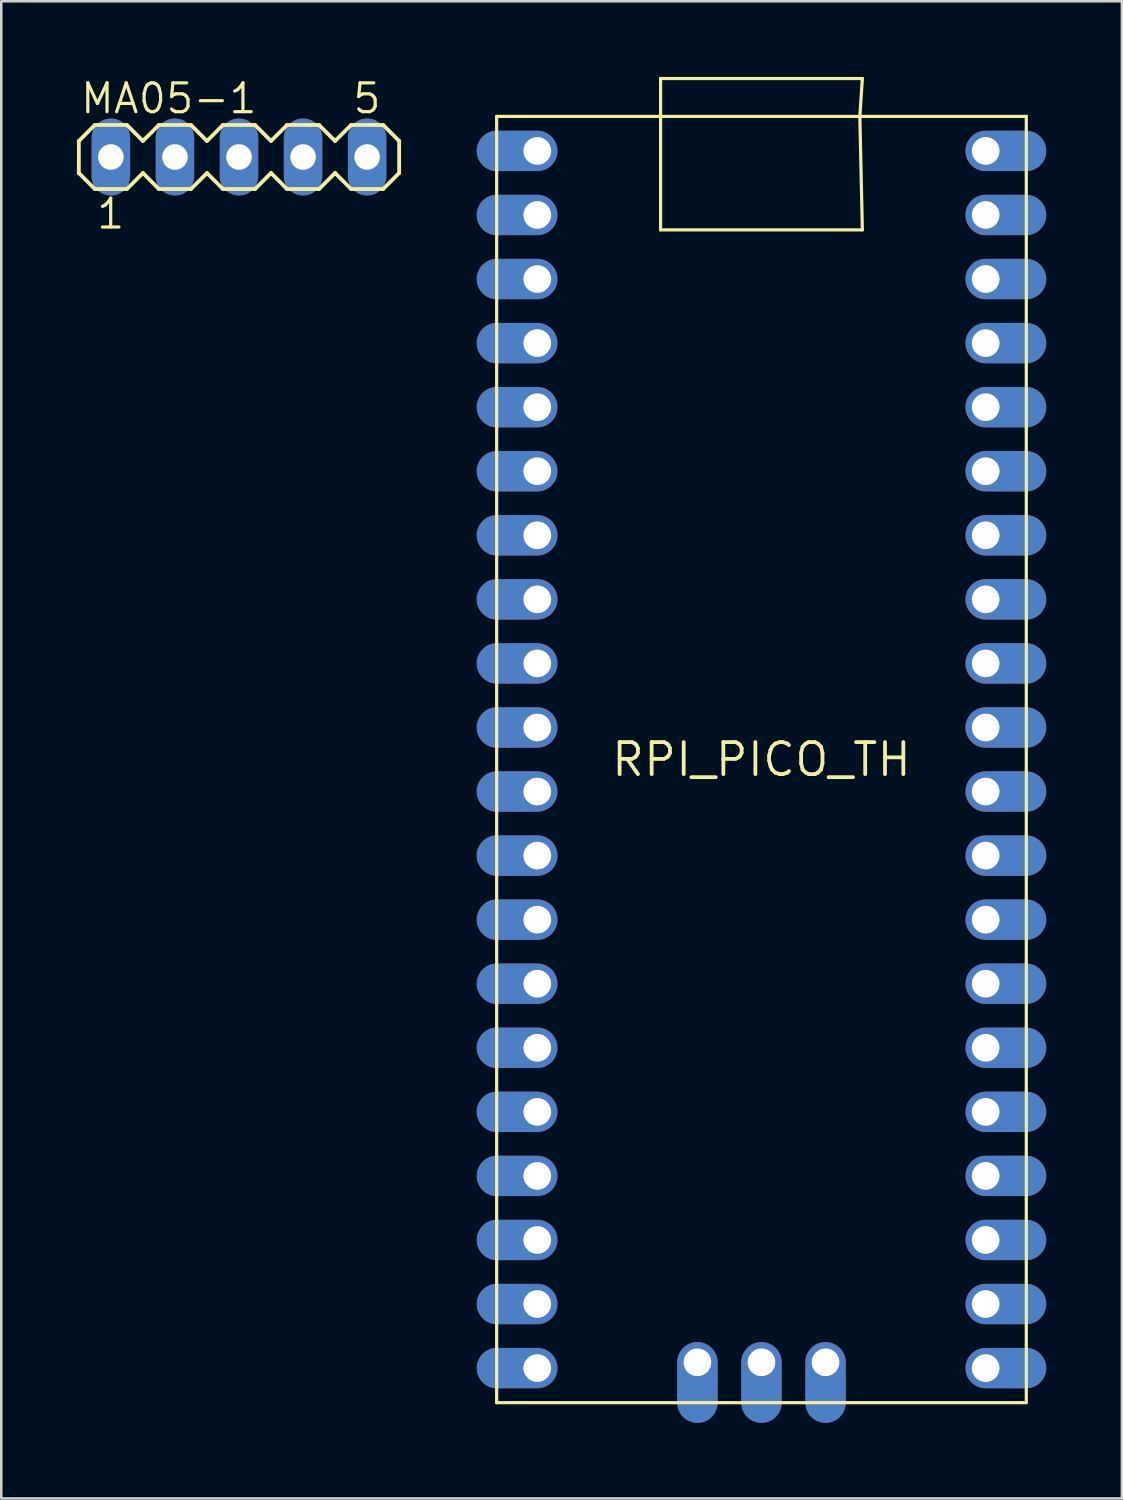
<source format=kicad_pcb>
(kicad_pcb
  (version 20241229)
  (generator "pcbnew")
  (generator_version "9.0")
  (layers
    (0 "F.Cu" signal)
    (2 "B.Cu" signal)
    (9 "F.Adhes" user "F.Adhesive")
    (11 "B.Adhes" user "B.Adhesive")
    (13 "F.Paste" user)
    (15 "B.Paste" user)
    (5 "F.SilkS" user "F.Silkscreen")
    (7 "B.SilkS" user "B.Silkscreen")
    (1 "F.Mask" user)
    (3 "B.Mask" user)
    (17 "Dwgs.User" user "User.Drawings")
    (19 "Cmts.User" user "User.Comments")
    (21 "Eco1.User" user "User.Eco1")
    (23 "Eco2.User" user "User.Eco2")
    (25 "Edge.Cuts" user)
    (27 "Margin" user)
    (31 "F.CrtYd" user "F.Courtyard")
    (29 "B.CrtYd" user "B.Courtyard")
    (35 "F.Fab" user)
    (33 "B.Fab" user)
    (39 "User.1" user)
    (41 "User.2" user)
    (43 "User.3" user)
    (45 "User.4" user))
  (footprint "RPI_PICO_TH"
    (layer "F.Cu")
    (at 27.142 27.064)
    (property "Reference" "RPI_PICO_TH" (at 0 0 0) (layer "F.SilkS") (effects (font (size 1.27 1.27) (thickness 0.15))))
    (fp_line (start -10.5 -25.5) (end -4 -25.5) (stroke (width 0.127) (type solid)) (layer "F.SilkS"))
    (fp_line (start -10.5 25.5) (end -10.5 -25.5) (stroke (width 0.127) (type solid)) (layer "F.SilkS"))
    (fp_line (start -4 -27) (end 4 -27) (stroke (width 0.127) (type solid)) (layer "F.SilkS"))
    (fp_line (start -4 -25.5) (end -4 -27) (stroke (width 0.127) (type solid)) (layer "F.SilkS"))
    (fp_line (start -4 -25.5) (end -4 -21) (stroke (width 0.127) (type solid)) (layer "F.SilkS"))
    (fp_line (start -4 -25.5) (end 3.9 -25.5) (stroke (width 0.127) (type solid)) (layer "F.SilkS"))
    (fp_line (start -4 -21) (end 4 -21) (stroke (width 0.127) (type solid)) (layer "F.SilkS"))
    (fp_line (start 3.9 -25.5) (end 10.5 -25.5) (stroke (width 0.127) (type solid)) (layer "F.SilkS"))
    (fp_line (start 4 -27) (end 3.9 -25.5) (stroke (width 0.127) (type solid)) (layer "F.SilkS"))
    (fp_line (start 4 -21) (end 3.9 -25.5) (stroke (width 0.127) (type solid)) (layer "F.SilkS"))
    (fp_line (start 10.5 -25.5) (end 10.5 25.5) (stroke (width 0.127) (type solid)) (layer "F.SilkS"))
    (fp_line (start 10.5 25.5) (end -10.5 25.5) (stroke (width 0.127) (type solid)) (layer "F.SilkS"))
    (pad "3V3" thru_hole oval (at 8.89 -13.97) (size 3.2 1.6) (drill 1.1 (offset 0.8 0)) (layers "*.Cu" "*.Mask"))
    (pad "3V3_EN" thru_hole oval (at 8.89 -16.51) (size 3.2 1.6) (drill 1.1 (offset 0.8 0)) (layers "*.Cu" "*.Mask"))
    (pad "ADC_VREF" thru_hole oval (at 8.89 -11.43) (size 3.2 1.6) (drill 1.1 (offset 0.8 0)) (layers "*.Cu" "*.Mask"))
    (pad "AGND" thru_hole oval (at 8.89 -6.35) (size 3.2 1.6) (drill 1.1 (offset 0.8 0)) (layers "*.Cu" "*.Mask"))
    (pad "GND@1" thru_hole oval (at -8.89 -19.05 180) (size 3.2 1.6) (drill 1.1 (offset 0.8 0)) (layers "*.Cu" "*.Mask"))
    (pad "GND@2" thru_hole oval (at -8.89 -6.35 180) (size 3.2 1.6) (drill 1.1 (offset 0.8 0)) (layers "*.Cu" "*.Mask"))
    (pad "GND@3" thru_hole oval (at -8.89 6.35 180) (size 3.2 1.6) (drill 1.1 (offset 0.8 0)) (layers "*.Cu" "*.Mask"))
    (pad "GND@4" thru_hole oval (at -8.89 19.05 180) (size 3.2 1.6) (drill 1.1 (offset 0.8 0)) (layers "*.Cu" "*.Mask"))
    (pad "GND@5" thru_hole oval (at 0 23.9 270) (size 3.2 1.6) (drill 1.1 (offset 0.8 0)) (layers "*.Cu" "*.Mask"))
    (pad "GND@6" thru_hole oval (at 8.89 19.05) (size 3.2 1.6) (drill 1.1 (offset 0.8 0)) (layers "*.Cu" "*.Mask"))
    (pad "GND@7" thru_hole oval (at 8.89 6.35) (size 3.2 1.6) (drill 1.1 (offset 0.8 0)) (layers "*.Cu" "*.Mask"))
    (pad "GND@8" thru_hole oval (at 8.89 -19.05) (size 3.2 1.6) (drill 1.1 (offset 0.8 0)) (layers "*.Cu" "*.Mask"))
    (pad "GP0" thru_hole oval (at -8.89 -24.13 180) (size 3.2 1.6) (drill 1.1 (offset 0.8 0)) (layers "*.Cu" "*.Mask"))
    (pad "GP1" thru_hole oval (at -8.89 -21.59 180) (size 3.2 1.6) (drill 1.1 (offset 0.8 0)) (layers "*.Cu" "*.Mask"))
    (pad "GP2" thru_hole oval (at -8.89 -16.51 180) (size 3.2 1.6) (drill 1.1 (offset 0.8 0)) (layers "*.Cu" "*.Mask"))
    (pad "GP3" thru_hole oval (at -8.89 -13.97 180) (size 3.2 1.6) (drill 1.1 (offset 0.8 0)) (layers "*.Cu" "*.Mask"))
    (pad "GP4" thru_hole oval (at -8.89 -11.43 180) (size 3.2 1.6) (drill 1.1 (offset 0.8 0)) (layers "*.Cu" "*.Mask"))
    (pad "GP5" thru_hole oval (at -8.89 -8.89 180) (size 3.2 1.6) (drill 1.1 (offset 0.8 0)) (layers "*.Cu" "*.Mask"))
    (pad "GP6" thru_hole oval (at -8.89 -3.81 180) (size 3.2 1.6) (drill 1.1 (offset 0.8 0)) (layers "*.Cu" "*.Mask"))
    (pad "GP7" thru_hole oval (at -8.89 -1.27 180) (size 3.2 1.6) (drill 1.1 (offset 0.8 0)) (layers "*.Cu" "*.Mask"))
    (pad "GP8" thru_hole oval (at -8.89 1.27 180) (size 3.2 1.6) (drill 1.1 (offset 0.8 0)) (layers "*.Cu" "*.Mask"))
    (pad "GP9" thru_hole oval (at -8.89 3.81 180) (size 3.2 1.6) (drill 1.1 (offset 0.8 0)) (layers "*.Cu" "*.Mask"))
    (pad "GP10" thru_hole oval (at -8.89 8.89 180) (size 3.2 1.6) (drill 1.1 (offset 0.8 0)) (layers "*.Cu" "*.Mask"))
    (pad "GP11" thru_hole oval (at -8.89 11.43 180) (size 3.2 1.6) (drill 1.1 (offset 0.8 0)) (layers "*.Cu" "*.Mask"))
    (pad "GP12" thru_hole oval (at -8.89 13.97 180) (size 3.2 1.6) (drill 1.1 (offset 0.8 0)) (layers "*.Cu" "*.Mask"))
    (pad "GP13" thru_hole oval (at -8.89 16.51 180) (size 3.2 1.6) (drill 1.1 (offset 0.8 0)) (layers "*.Cu" "*.Mask"))
    (pad "GP14" thru_hole oval (at -8.89 21.59 180) (size 3.2 1.6) (drill 1.1 (offset 0.8 0)) (layers "*.Cu" "*.Mask"))
    (pad "GP15" thru_hole oval (at -8.89 24.13 180) (size 3.2 1.6) (drill 1.1 (offset 0.8 0)) (layers "*.Cu" "*.Mask"))
    (pad "GP16" thru_hole oval (at 8.89 24.13) (size 3.2 1.6) (drill 1.1 (offset 0.8 0)) (layers "*.Cu" "*.Mask"))
    (pad "GP17" thru_hole oval (at 8.89 21.59) (size 3.2 1.6) (drill 1.1 (offset 0.8 0)) (layers "*.Cu" "*.Mask"))
    (pad "GP18" thru_hole oval (at 8.89 16.51) (size 3.2 1.6) (drill 1.1 (offset 0.8 0)) (layers "*.Cu" "*.Mask"))
    (pad "GP19" thru_hole oval (at 8.89 13.97) (size 3.2 1.6) (drill 1.1 (offset 0.8 0)) (layers "*.Cu" "*.Mask"))
    (pad "GP20" thru_hole oval (at 8.89 11.43) (size 3.2 1.6) (drill 1.1 (offset 0.8 0)) (layers "*.Cu" "*.Mask"))
    (pad "GP21" thru_hole oval (at 8.89 8.89) (size 3.2 1.6) (drill 1.1 (offset 0.8 0)) (layers "*.Cu" "*.Mask"))
    (pad "GP22" thru_hole oval (at 8.89 3.81) (size 3.2 1.6) (drill 1.1 (offset 0.8 0)) (layers "*.Cu" "*.Mask"))
    (pad "GP26_A0" thru_hole oval (at 8.89 -1.27) (size 3.2 1.6) (drill 1.1 (offset 0.8 0)) (layers "*.Cu" "*.Mask"))
    (pad "GP27_A1" thru_hole oval (at 8.89 -3.81) (size 3.2 1.6) (drill 1.1 (offset 0.8 0)) (layers "*.Cu" "*.Mask"))
    (pad "GP28_A2" thru_hole oval (at 8.89 -8.89) (size 3.2 1.6) (drill 1.1 (offset 0.8 0)) (layers "*.Cu" "*.Mask"))
    (pad "RUN" thru_hole oval (at 8.89 1.27) (size 3.2 1.6) (drill 1.1 (offset 0.8 0)) (layers "*.Cu" "*.Mask"))
    (pad "SWCLK" thru_hole oval (at -2.54 23.9 270) (size 3.2 1.6) (drill 1.1 (offset 0.8 0)) (layers "*.Cu" "*.Mask"))
    (pad "SWDIO" thru_hole oval (at 2.54 23.9 270) (size 3.2 1.6) (drill 1.1 (offset 0.8 0)) (layers "*.Cu" "*.Mask"))
    (pad "VBUS" thru_hole oval (at 8.89 -24.13) (size 3.2 1.6) (drill 1.1 (offset 0.8 0)) (layers "*.Cu" "*.Mask"))
    (pad "VSYS" thru_hole oval (at 8.89 -21.59) (size 3.2 1.6) (drill 1.1 (offset 0.8 0)) (layers "*.Cu" "*.Mask")))
  (footprint "MA05-1"
    (layer "F.Cu")
    (at 6.426 3.175)
    (property "Reference" "MA05-1" (at -6.35 -1.651 0) (layer "F.SilkS") (effects (font (size 1.143 1.143) (thickness 0.127)) (justify left bottom)))
    (fp_line (start -6.35 -0.635) (end -6.35 0.635) (stroke (width 0.152) (type solid)) (layer "F.SilkS"))
    (fp_line (start -6.35 0.635) (end -5.715 1.27) (stroke (width 0.152) (type solid)) (layer "F.SilkS"))
    (fp_line (start -5.715 -1.27) (end -6.35 -0.635) (stroke (width 0.152) (type solid)) (layer "F.SilkS"))
    (fp_line (start -5.715 -1.27) (end -4.445 -1.27) (stroke (width 0.152) (type solid)) (layer "F.SilkS"))
    (fp_line (start -4.445 -1.27) (end -3.81 -0.635) (stroke (width 0.152) (type solid)) (layer "F.SilkS"))
    (fp_line (start -4.445 1.27) (end -5.715 1.27) (stroke (width 0.152) (type solid)) (layer "F.SilkS"))
    (fp_line (start -3.81 -0.635) (end -3.175 -1.27) (stroke (width 0.152) (type solid)) (layer "F.SilkS"))
    (fp_line (start -3.81 0.635) (end -4.445 1.27) (stroke (width 0.152) (type solid)) (layer "F.SilkS"))
    (fp_line (start -3.175 -1.27) (end -1.905 -1.27) (stroke (width 0.152) (type solid)) (layer "F.SilkS"))
    (fp_line (start -3.175 1.27) (end -3.81 0.635) (stroke (width 0.152) (type solid)) (layer "F.SilkS"))
    (fp_line (start -1.905 -1.27) (end -1.27 -0.635) (stroke (width 0.152) (type solid)) (layer "F.SilkS"))
    (fp_line (start -1.905 1.27) (end -3.175 1.27) (stroke (width 0.152) (type solid)) (layer "F.SilkS"))
    (fp_line (start -1.27 -0.635) (end -0.635 -1.27) (stroke (width 0.152) (type solid)) (layer "F.SilkS"))
    (fp_line (start -1.27 0.635) (end -1.905 1.27) (stroke (width 0.152) (type solid)) (layer "F.SilkS"))
    (fp_line (start -0.635 -1.27) (end 0.635 -1.27) (stroke (width 0.152) (type solid)) (layer "F.SilkS"))
    (fp_line (start -0.635 1.27) (end -1.27 0.635) (stroke (width 0.152) (type solid)) (layer "F.SilkS"))
    (fp_line (start 0.635 -1.27) (end 1.27 -0.635) (stroke (width 0.152) (type solid)) (layer "F.SilkS"))
    (fp_line (start 0.635 1.27) (end -0.635 1.27) (stroke (width 0.152) (type solid)) (layer "F.SilkS"))
    (fp_line (start 1.27 0.635) (end 0.635 1.27) (stroke (width 0.152) (type solid)) (layer "F.SilkS"))
    (fp_line (start 1.27 0.635) (end 1.905 1.27) (stroke (width 0.152) (type solid)) (layer "F.SilkS"))
    (fp_line (start 1.905 -1.27) (end 1.27 -0.635) (stroke (width 0.152) (type solid)) (layer "F.SilkS"))
    (fp_line (start 1.905 -1.27) (end 3.175 -1.27) (stroke (width 0.152) (type solid)) (layer "F.SilkS"))
    (fp_line (start 3.175 -1.27) (end 3.81 -0.635) (stroke (width 0.152) (type solid)) (layer "F.SilkS"))
    (fp_line (start 3.175 1.27) (end 1.905 1.27) (stroke (width 0.152) (type solid)) (layer "F.SilkS"))
    (fp_line (start 3.81 -0.635) (end 4.445 -1.27) (stroke (width 0.152) (type solid)) (layer "F.SilkS"))
    (fp_line (start 3.81 0.635) (end 3.175 1.27) (stroke (width 0.152) (type solid)) (layer "F.SilkS"))
    (fp_line (start 4.445 -1.27) (end 5.715 -1.27) (stroke (width 0.152) (type solid)) (layer "F.SilkS"))
    (fp_line (start 4.445 1.27) (end 3.81 0.635) (stroke (width 0.152) (type solid)) (layer "F.SilkS"))
    (fp_line (start 5.715 -1.27) (end 6.35 -0.635) (stroke (width 0.152) (type solid)) (layer "F.SilkS"))
    (fp_line (start 5.715 1.27) (end 4.445 1.27) (stroke (width 0.152) (type solid)) (layer "F.SilkS"))
    (fp_line (start 6.35 -0.635) (end 6.35 0.635) (stroke (width 0.152) (type solid)) (layer "F.SilkS"))
    (fp_line (start 6.35 0.635) (end 5.715 1.27) (stroke (width 0.152) (type solid)) (layer "F.SilkS"))
    (fp_poly (pts (xy -5.334 0.254) (xy -4.826 0.254) (xy -4.826 -0.254) (xy -5.334 -0.254)) (stroke (width 0.1) (type default)) (fill no) (layer "F.Fab"))
    (fp_poly (pts (xy -2.794 0.254) (xy -2.286 0.254) (xy -2.286 -0.254) (xy -2.794 -0.254)) (stroke (width 0.1) (type default)) (fill no) (layer "F.Fab"))
    (fp_poly (pts (xy -0.254 0.254) (xy 0.254 0.254) (xy 0.254 -0.254) (xy -0.254 -0.254)) (stroke (width 0.1) (type default)) (fill no) (layer "F.Fab"))
    (fp_poly (pts (xy 2.286 0.254) (xy 2.794 0.254) (xy 2.794 -0.254) (xy 2.286 -0.254)) (stroke (width 0.1) (type default)) (fill no) (layer "F.Fab"))
    (fp_poly (pts (xy 4.826 0.254) (xy 5.334 0.254) (xy 5.334 -0.254) (xy 4.826 -0.254)) (stroke (width 0.1) (type default)) (fill no) (layer "F.Fab"))
    (fp_text user "1" (at -5.715 2.921 0) (layer "F.SilkS") (effects (font (size 1.143 1.143) (thickness 0.127)) (justify left bottom)))
    (fp_text user "5" (at 4.445 -1.651 0) (layer "F.SilkS") (effects (font (size 1.143 1.143) (thickness 0.127)) (justify left bottom)))
    (pad "1" thru_hole oval (at -5.08 0 90) (size 3.048 1.524) (drill 1.016) (layers "*.Cu" "*.Mask"))
    (pad "2" thru_hole oval (at -2.54 0 90) (size 3.048 1.524) (drill 1.016) (layers "*.Cu" "*.Mask"))
    (pad "3" thru_hole oval (at 0 0 90) (size 3.048 1.524) (drill 1.016) (layers "*.Cu" "*.Mask"))
    (pad "4" thru_hole oval (at 2.54 0 90) (size 3.048 1.524) (drill 1.016) (layers "*.Cu" "*.Mask"))
    (pad "5" thru_hole oval (at 5.08 0 90) (size 3.048 1.524) (drill 1.016) (layers "*.Cu" "*.Mask")))
  (gr_rect
    (start -3 -3)
    (end 41.432 56.364)
    (stroke (width 0.1) (type default))
    (fill no)
    (layer "Edge.Cuts")))
</source>
